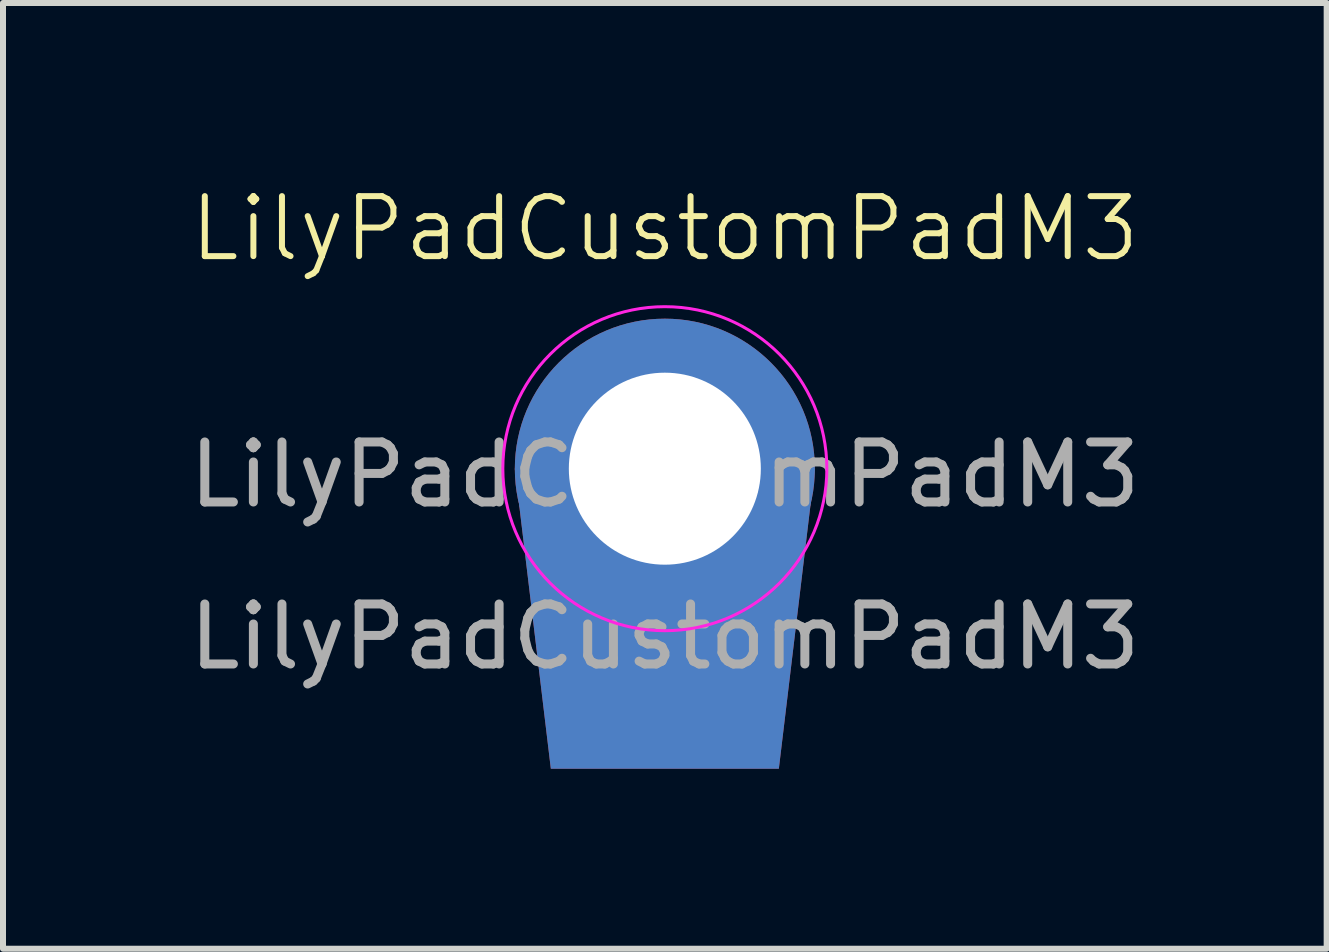
<source format=kicad_pcb>
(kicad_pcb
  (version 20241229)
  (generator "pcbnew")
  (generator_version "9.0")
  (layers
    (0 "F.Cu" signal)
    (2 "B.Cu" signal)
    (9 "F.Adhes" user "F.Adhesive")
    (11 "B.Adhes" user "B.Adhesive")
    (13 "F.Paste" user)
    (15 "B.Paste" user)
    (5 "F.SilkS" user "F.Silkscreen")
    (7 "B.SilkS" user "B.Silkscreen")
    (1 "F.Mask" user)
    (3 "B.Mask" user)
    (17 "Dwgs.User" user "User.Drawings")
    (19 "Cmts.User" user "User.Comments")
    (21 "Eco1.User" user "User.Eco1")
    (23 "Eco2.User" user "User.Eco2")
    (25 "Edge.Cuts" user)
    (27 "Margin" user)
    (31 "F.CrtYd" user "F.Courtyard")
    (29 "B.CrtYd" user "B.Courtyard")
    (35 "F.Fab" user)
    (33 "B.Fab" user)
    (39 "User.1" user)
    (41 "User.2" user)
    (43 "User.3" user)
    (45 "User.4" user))
  (footprint "LilyPadCustomPadM3"
    (layer "F.Cu")
    (at 8.03 5.261)
    (property "Reference" "LilyPadCustomPadM3" (at 0 -4.5 0) (unlocked yes) (layer "F.SilkS") (effects (font (size 1 1) (thickness 0.1))))
    (attr through_hole)
    (fp_circle (center 0 -0.5) (end 2.7 -0.5) (stroke (width 0.05) (type solid)) (fill no) (layer "F.CrtYd"))
    (fp_text user "${REFERENCE}" (at 0 2.3 0) (unlocked yes) (layer "F.Fab") (effects (font (size 1 1) (thickness 0.15))))
    (fp_text user "${REFERENCE}" (at 0 -0.4 0) (layer "F.Fab") (effects (font (size 1 1) (thickness 0.15))))
    (pad "1" thru_hole oval (at 0 -0.5) (size 5 5) (drill 3.2) (layers "*.Cu" "*.Mask"))
    (pad "1" smd trapezoid (at 0 2) (size 4.4 5) (rect_delta 0 -0.6) (layers "F.Cu" "F.Mask"))
    (pad "1" smd trapezoid (at 0 2) (size 4.4 5) (rect_delta 0 -0.6) (layers "B.Cu" "B.Mask")))
  (gr_rect
    (start -3 -3)
    (end 19.06 12.761)
    (stroke (width 0.1) (type default))
    (fill no)
    (layer "Edge.Cuts")))
</source>
